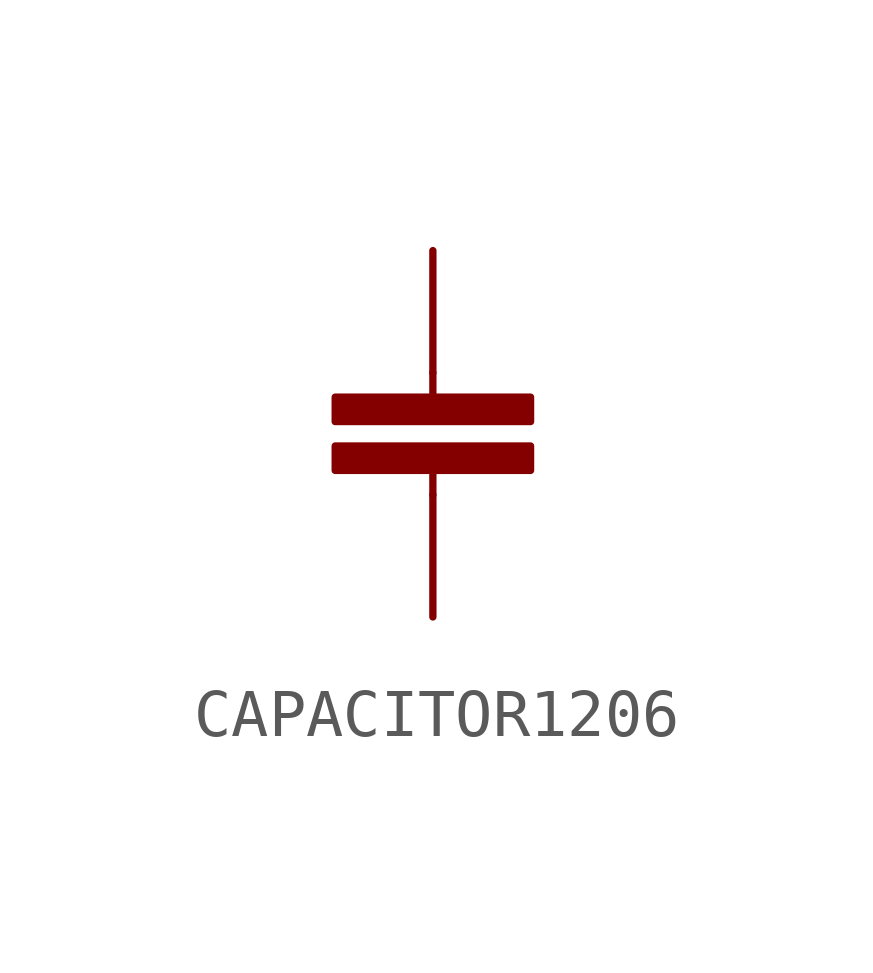
<source format=kicad_sym>
(kicad_symbol_lib
  (version 20231120)
  (generator "kicad_symbol_editor")
  (generator_version "8.0")
  (symbol "CAPACITOR1206"
    (property "Reference" ""
      (at 1.778 0.508 0)
      (effects (font (size 1.27 1.079)) (justify left bottom) (hide yes)))
    (property "Value" ""
      (at 1.778 -3.81 0)
      (effects (font (size 1.27 1.079)) (justify left bottom)))
    (property "ki_locked" ""
      (at 0 0 0)
      (effects (font (size 1.27 1.27))))
    (symbol "CAPACITOR1206_1_0"
      (rectangle (start -2.032 -2.032) (end 2.032 -1.524) (stroke (width 0) (type default)) (fill (type outline)))
      (rectangle (start -2.032 -1.016) (end 2.032 -0.508) (stroke (width 0) (type default)) (fill (type outline)))
      (polyline (pts (xy 0 -2.54) (xy 0 -2.032)) (stroke (width 0.152) (type solid)) (fill (type none)))
      (polyline (pts (xy 0 0) (xy 0 -0.508)) (stroke (width 0.152) (type solid)) (fill (type none)))
      (pin passive line (at 0 2.54 270) (length 2.54) (name "1" (effects (font (size 0 0)))) (number "P$1" (effects (font (size 0 0)))))
      (pin passive line (at 0 -5.08 90) (length 2.54) (name "2" (effects (font (size 0 0)))) (number "P$2" (effects (font (size 0 0))))))))
</source>
